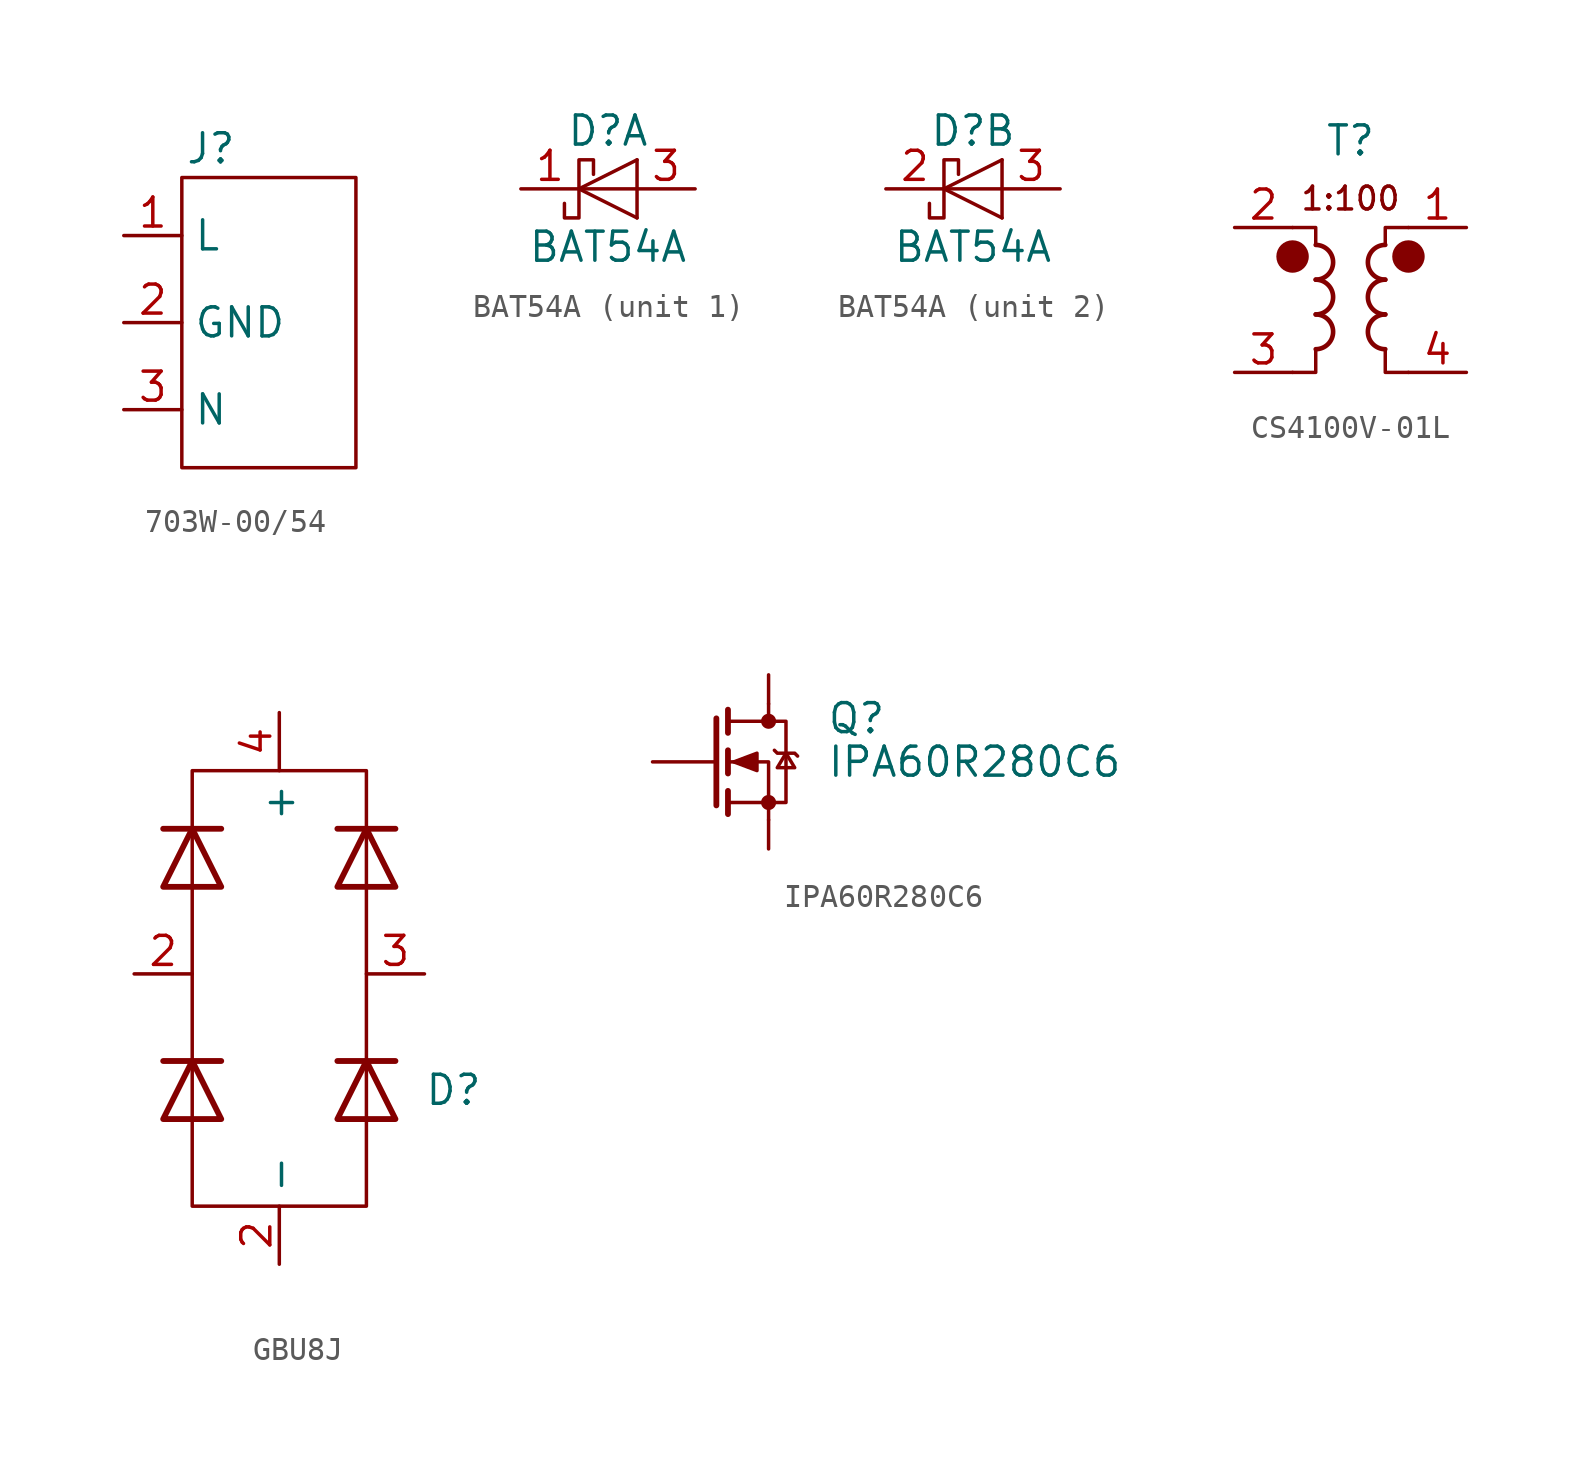
<source format=kicad_sym>
(kicad_symbol_lib
  (version 20220914)
  (generator kicad_symbol_editor)
  (symbol "703W-00/54"
    (property "Reference" "J"
      (at 1.27 3.81 0)
      (effects (font (size 1.27 1.27))))
    (property "Value" ""
      (at 0 0 0)
      (effects (font (size 1.27 1.27))))
    (symbol "703W-00/54_0_1"
      (rectangle (start 0 2.54) (end 7.62 -10.16) (stroke (width 0) (type default)) (fill (type none))))
    (symbol "703W-00/54_1_1"
      (pin power_out line (at -2.54 0 0) (length 2.54) (name "L" (effects (font (size 1.27 1.27)))) (number "1" (effects (font (size 1.27 1.27)))))
      (pin power_out line (at -2.54 -3.81 0) (length 2.54) (name "GND" (effects (font (size 1.27 1.27)))) (number "2" (effects (font (size 1.27 1.27)))))
      (pin power_out line (at -2.54 -7.62 0) (length 2.54) (name "N" (effects (font (size 1.27 1.27)))) (number "3" (effects (font (size 1.27 1.27)))))))
  (symbol "BAT54A"
    (pin_names
      (offset 1.016) hide)
    (property "Reference" "D"
      (at 0 2.54 0)
      (effects (font (size 1.27 1.27))))
    (property "Value" "BAT54A"
      (at 0 -2.54 0)
      (effects (font (size 1.27 1.27))))
    (symbol "BAT54A_0_1"
      (polyline (pts (xy 1.27 -1.27) (xy 1.27 1.27)) (stroke (width 0) (type default)) (fill (type none)))
      (polyline (pts (xy 1.27 0) (xy -1.27 0)) (stroke (width 0) (type default)) (fill (type none)))
      (polyline (pts (xy 1.27 1.27) (xy -1.27 0) (xy 1.27 -1.27)) (stroke (width 0) (type default)) (fill (type none)))
      (polyline (pts (xy -0.635 0.635) (xy -0.635 1.27) (xy -1.27 1.27) (xy -1.27 -1.27) (xy -1.905 -1.27) (xy -1.905 -0.635)) (stroke (width 0) (type default)) (fill (type none))))
    (symbol "BAT54A_1_1"
      (pin passive line (at -3.81 0 0) (length 2.54) (name "K" (effects (font (size 1.27 1.27)))) (number "1" (effects (font (size 1.27 1.27)))))
      (pin passive line (at 3.81 0 180) (length 2.54) (name "A" (effects (font (size 1.27 1.27)))) (number "3" (effects (font (size 1.27 1.27))))))
    (symbol "BAT54A_2_1"
      (pin passive line (at -3.81 0 0) (length 2.54) (name "K" (effects (font (size 1.27 1.27)))) (number "2" (effects (font (size 1.27 1.27)))))
      (pin passive line (at 3.81 0 180) (length 2.54) (name "A" (effects (font (size 1.27 1.27)))) (number "3" (effects (font (size 1.27 1.27)))))))
  (symbol "CS4100V-01L"
    (property "Reference" "T"
      (at 0 3.81 0)
      (effects (font (size 1.27 1.27))))
    (property "Value" ""
      (at 0 0 0)
      (effects (font (size 1.27 1.27))))
    (symbol "CS4100V-01L_0_1"
      (circle (center -2.54 -1.27) (radius 0.635) (stroke (width 0) (type default)) (fill (type outline)))
      (arc (start -1.524 -5.334) (mid -0.7653 -4.572) (end -1.524 -3.81) (stroke (width 0.2032) (type default)) (fill (type none)))
      (arc (start -1.524 -3.81) (mid -0.7653 -3.048) (end -1.524 -2.286) (stroke (width 0.2032) (type default)) (fill (type none)))
      (arc (start -1.524 -2.286) (mid -0.7653 -1.524) (end -1.524 -0.762) (stroke (width 0.2032) (type default)) (fill (type none)))
      (polyline (pts (xy -2.54 0) (xy -1.524 0) (xy -1.524 -0.762)) (stroke (width 0.152) (type default)) (fill (type none)))
      (polyline (pts (xy -1.524 -5.334) (xy -1.524 -6.35) (xy -2.54 -6.35)) (stroke (width 0.152) (type default)) (fill (type none)))
      (polyline (pts (xy 1.524 -5.334) (xy 1.524 -6.35) (xy 2.54 -6.35)) (stroke (width 0.152) (type default)) (fill (type none)))
      (polyline (pts (xy 2.54 0) (xy 1.524 0) (xy 1.524 -0.762)) (stroke (width 0.152) (type default)) (fill (type none)))
      (arc (start 1.524 -3.81) (mid 0.7653 -4.572) (end 1.524 -5.334) (stroke (width 0.2032) (type default)) (fill (type none)))
      (arc (start 1.524 -2.286) (mid 0.7653 -3.048) (end 1.524 -3.81) (stroke (width 0.2032) (type default)) (fill (type none)))
      (arc (start 1.524 -0.762) (mid 0.7653 -1.524) (end 1.524 -2.286) (stroke (width 0.2032) (type default)) (fill (type none)))
      (circle (center 2.54 -1.27) (radius 0.635) (stroke (width 0) (type default)) (fill (type outline))))
    (symbol "CS4100V-01L_1_1"
      (text "1:100" (at 0 1.27 0) (effects (font (size 1 1))))
      (pin passive line (at 5.08 0 180) (length 2.54) (name "~" (effects (font (size 1.27 1.27)))) (number "1" (effects (font (size 1.27 1.27)))))
      (pin passive line (at -5.08 0 0) (length 2.54) (name "~" (effects (font (size 1.27 1.27)))) (number "2" (effects (font (size 1.27 1.27)))))
      (pin passive line (at -5.08 -6.35 0) (length 2.54) (name "~" (effects (font (size 1.27 1.27)))) (number "3" (effects (font (size 1.27 1.27)))))
      (pin passive line (at 5.08 -6.35 180) (length 2.54) (name "~" (effects (font (size 1.27 1.27)))) (number "4" (effects (font (size 1.27 1.27)))))))
  (symbol "GBU8J"
    (property "Reference" "D"
      (at 7.62 -5.08 0)
      (effects (font (size 1.27 1.27))))
    (property "Value" ""
      (at 0 0 0)
      (effects (font (size 1.27 1.27))))
    (symbol "GBU8J_0_1"
      (polyline (pts (xy -3.81 -6.35) (xy -3.81 -3.81)) (stroke (width 0) (type default)) (fill (type none)))
      (polyline (pts (xy -3.81 -3.81) (xy -3.81 3.81)) (stroke (width 0) (type default)) (fill (type none)))
      (polyline (pts (xy -3.81 3.81) (xy -3.81 6.35)) (stroke (width 0) (type default)) (fill (type none)))
      (polyline (pts (xy -2.54 -3.81) (xy -5.08 -3.81)) (stroke (width 0.254) (type default)) (fill (type none)))
      (polyline (pts (xy -2.54 6.35) (xy -5.08 6.35)) (stroke (width 0.254) (type default)) (fill (type none)))
      (polyline (pts (xy 3.81 -6.35) (xy 3.81 -3.81)) (stroke (width 0) (type default)) (fill (type none)))
      (polyline (pts (xy 3.81 -3.81) (xy 3.81 3.81)) (stroke (width 0) (type default)) (fill (type none)))
      (polyline (pts (xy 3.81 3.81) (xy 3.81 6.35)) (stroke (width 0) (type default)) (fill (type none)))
      (polyline (pts (xy 5.08 -3.81) (xy 2.54 -3.81)) (stroke (width 0.254) (type default)) (fill (type none)))
      (polyline (pts (xy 5.08 6.35) (xy 2.54 6.35)) (stroke (width 0.254) (type default)) (fill (type none)))
      (polyline (pts (xy -3.81 -6.35) (xy -3.81 -10.16) (xy 3.81 -10.16) (xy 3.81 -6.35)) (stroke (width 0) (type default)) (fill (type none)))
      (polyline (pts (xy -2.54 -6.35) (xy -5.08 -6.35) (xy -3.81 -3.81) (xy -2.54 -6.35)) (stroke (width 0.254) (type default)) (fill (type none)))
      (polyline (pts (xy -2.54 3.81) (xy -5.08 3.81) (xy -3.81 6.35) (xy -2.54 3.81)) (stroke (width 0.254) (type default)) (fill (type none)))
      (polyline (pts (xy 3.81 6.35) (xy 3.81 8.89) (xy -3.81 8.89) (xy -3.81 6.35)) (stroke (width 0) (type default)) (fill (type none)))
      (polyline (pts (xy 5.08 -6.35) (xy 2.54 -6.35) (xy 3.81 -3.81) (xy 5.08 -6.35)) (stroke (width 0.254) (type default)) (fill (type none)))
      (polyline (pts (xy 5.08 3.81) (xy 2.54 3.81) (xy 3.81 6.35) (xy 5.08 3.81)) (stroke (width 0.254) (type default)) (fill (type none))))
    (symbol "GBU8J_1_1"
      (pin passive line (at 0 -12.7 90) (length 2.54) (name "-" (effects (font (size 1.27 1.27)))) (number "2" (effects (font (size 1.27 1.27)))))
      (pin passive line (at -6.35 0 0) (length 2.54) (name "~" (effects (font (size 1.27 1.27)))) (number "2" (effects (font (size 1.27 1.27)))))
      (pin passive line (at 6.35 0 180) (length 2.54) (name "~" (effects (font (size 1.27 1.27)))) (number "3" (effects (font (size 1.27 1.27)))))
      (pin passive line (at 0 11.43 270) (length 2.54) (name "+" (effects (font (size 1.27 1.27)))) (number "4" (effects (font (size 1.27 1.27)))))))
  (symbol "IPA60R280C6"
    (pin_names hide)
    (property "Reference" "Q"
      (at 5.08 1.905 0)
      (effects (font (size 1.27 1.27)) (justify left)))
    (property "Value" "IPA60R280C6"
      (at 5.08 0 0)
      (effects (font (size 1.27 1.27)) (justify left)))
    (symbol "IPA60R280C6_0_1"
      (polyline (pts (xy 0.254 0) (xy -2.54 0)) (stroke (width 0) (type default)) (fill (type none)))
      (polyline (pts (xy 0.254 1.905) (xy 0.254 -1.905)) (stroke (width 0.254) (type default)) (fill (type none)))
      (polyline (pts (xy 0.762 -1.27) (xy 0.762 -2.286)) (stroke (width 0.254) (type default)) (fill (type none)))
      (polyline (pts (xy 0.762 0.508) (xy 0.762 -0.508)) (stroke (width 0.254) (type default)) (fill (type none)))
      (polyline (pts (xy 0.762 2.286) (xy 0.762 1.27)) (stroke (width 0.254) (type default)) (fill (type none)))
      (polyline (pts (xy 2.54 -3.81) (xy 2.54 -2.54)) (stroke (width 0) (type default)) (fill (type none)))
      (polyline (pts (xy 2.54 2.54) (xy 2.54 1.778)) (stroke (width 0) (type default)) (fill (type none)))
      (polyline (pts (xy 2.54 2.54) (xy 2.54 3.81)) (stroke (width 0) (type default)) (fill (type none)))
      (polyline (pts (xy 2.54 -2.54) (xy 2.54 0) (xy 0.762 0)) (stroke (width 0) (type default)) (fill (type none)))
      (polyline (pts (xy 0.762 -1.778) (xy 3.302 -1.778) (xy 3.302 1.778) (xy 0.762 1.778)) (stroke (width 0) (type default)) (fill (type none)))
      (polyline (pts (xy 1.016 0) (xy 2.032 0.381) (xy 2.032 -0.381) (xy 1.016 0)) (stroke (width 0) (type default)) (fill (type outline)))
      (polyline (pts (xy 2.794 0.508) (xy 2.921 0.381) (xy 3.683 0.381) (xy 3.81 0.254)) (stroke (width 0) (type default)) (fill (type none)))
      (polyline (pts (xy 3.302 0.381) (xy 2.921 -0.254) (xy 3.683 -0.254) (xy 3.302 0.381)) (stroke (width 0) (type default)) (fill (type none)))
      (circle (center 2.54 -1.778) (radius 0.254) (stroke (width 0) (type default)) (fill (type outline)))
      (circle (center 2.54 1.778) (radius 0.254) (stroke (width 0) (type default)) (fill (type outline))))
    (symbol "IPA60R280C6_1_1"
      (pin input line (at -2.54 0 0) (length 2.54) hide (name "G" (effects (font (size 1.27 1.27)))) (number "1" (effects (font (size 1.27 1.27)))))
      (pin passive line (at 2.54 3.81 270) (length 2.54) hide (name "D" (effects (font (size 1.27 1.27)))) (number "2" (effects (font (size 1.27 1.27)))))
      (pin passive line (at 2.54 -3.81 90) (length 2.54) hide (name "S" (effects (font (size 1.27 1.27)))) (number "3" (effects (font (size 1.27 1.27))))))))
</source>
